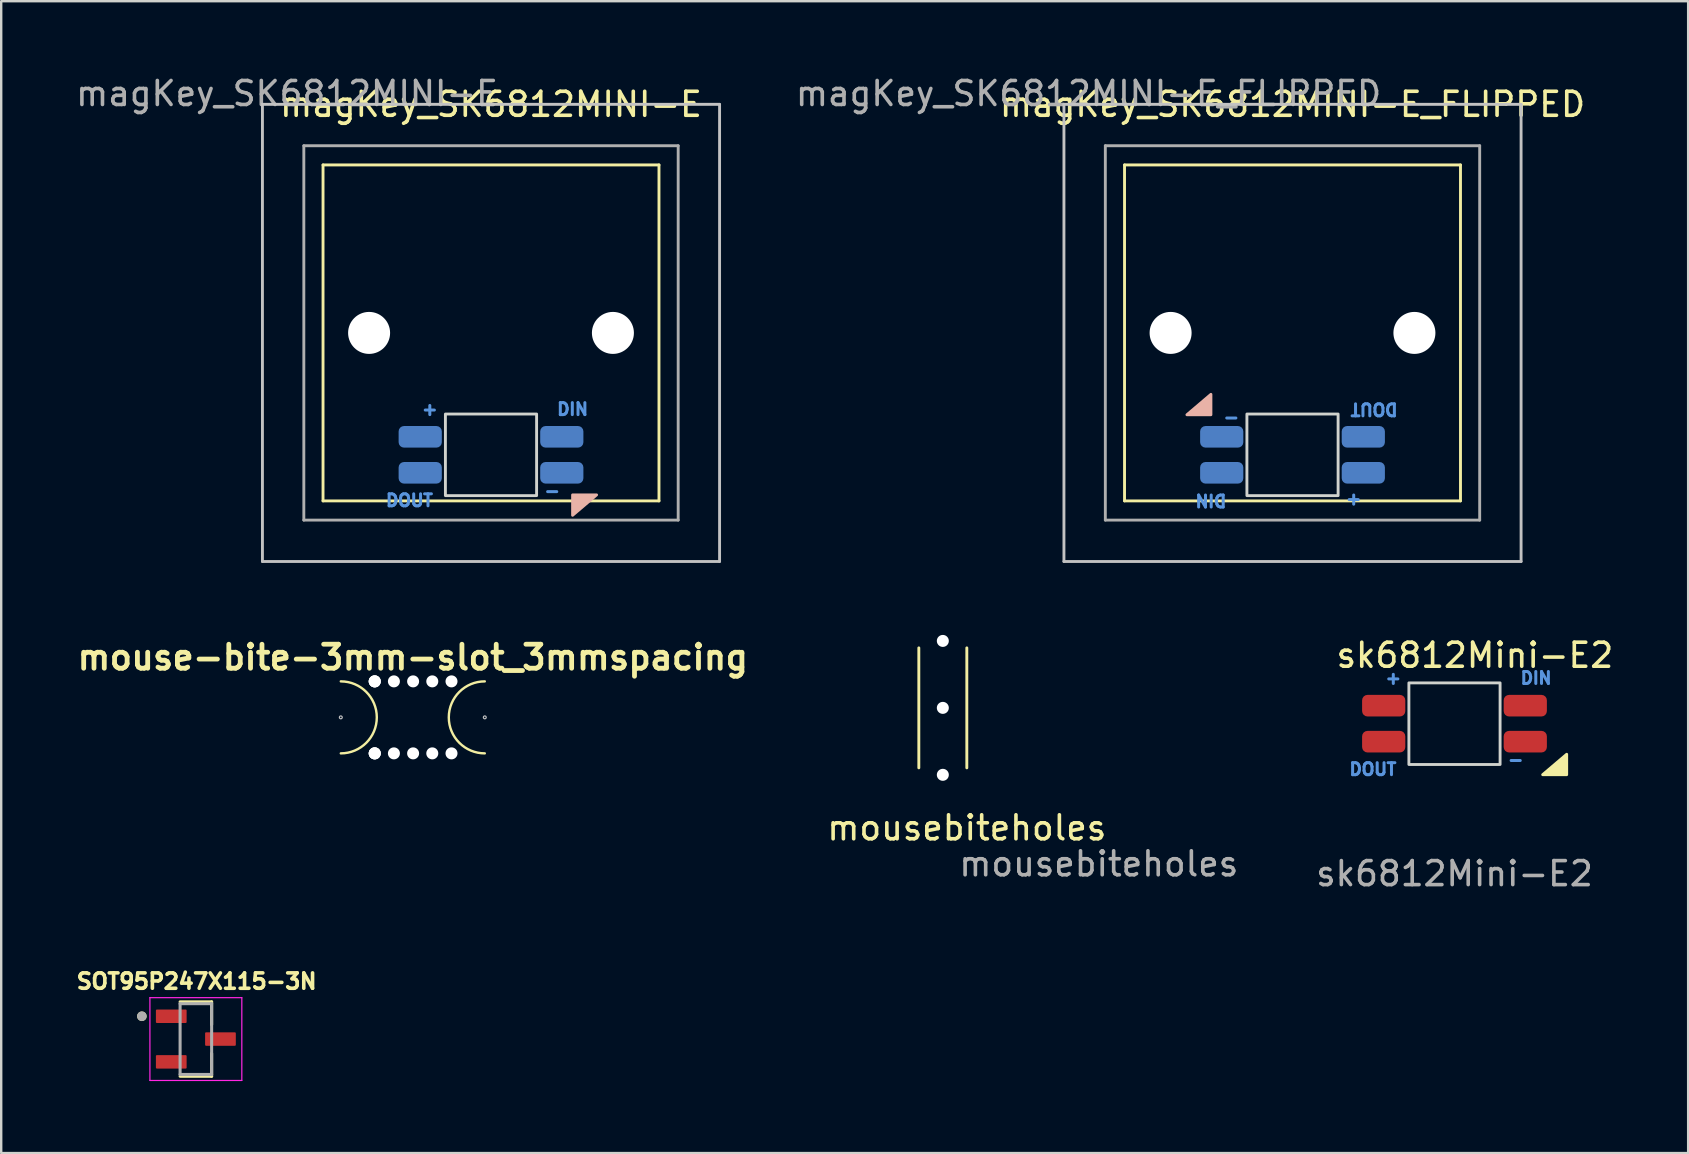
<source format=kicad_pcb>
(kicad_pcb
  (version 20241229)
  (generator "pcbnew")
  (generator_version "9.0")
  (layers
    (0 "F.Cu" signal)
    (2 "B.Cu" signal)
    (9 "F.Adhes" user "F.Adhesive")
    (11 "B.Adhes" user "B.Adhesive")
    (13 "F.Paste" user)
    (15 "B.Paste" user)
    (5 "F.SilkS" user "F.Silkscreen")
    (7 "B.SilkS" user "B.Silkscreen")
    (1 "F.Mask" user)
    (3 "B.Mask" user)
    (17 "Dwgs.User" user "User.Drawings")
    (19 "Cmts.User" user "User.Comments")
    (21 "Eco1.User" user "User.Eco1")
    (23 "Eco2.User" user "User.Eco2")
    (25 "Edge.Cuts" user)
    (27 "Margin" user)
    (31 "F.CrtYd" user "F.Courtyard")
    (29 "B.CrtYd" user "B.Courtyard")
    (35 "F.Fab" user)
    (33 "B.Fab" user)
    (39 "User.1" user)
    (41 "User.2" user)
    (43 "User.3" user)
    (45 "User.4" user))
  (footprint "mouse-bite-3mm-slot_3mmspacing"
    (layer "F.Cu")
    (at 14.152 26.844)
    (property "Reference" "mouse-bite-3mm-slot_3mmspacing" (at 0 -2.5 0) (layer "F.SilkS") (effects (font (size 1 1) (thickness 0.2))))
    (attr through_hole)
    (fp_arc (start -3 -1.5) (mid -1.5 0) (end -3 1.5) (stroke (width 0.1) (type solid)) (layer "F.SilkS"))
    (fp_arc (start 3 1.5) (mid 1.5 0) (end 3 -1.5) (stroke (width 0.1) (type solid)) (layer "F.SilkS"))
    (fp_circle (center -3 0) (end -3 -0.06) (stroke (width 0.05) (type solid)) (fill no) (layer "Dwgs.User"))
    (fp_circle (center 3 0) (end 3.06 0) (stroke (width 0.05) (type solid)) (fill no) (layer "Dwgs.User"))
    (fp_line (start -3 0) (end -3 0) (stroke (width 3) (type solid)) (layer "Eco1.User"))
    (fp_line (start 3 0) (end 3 0) (stroke (width 3) (type solid)) (layer "Eco1.User"))
    (pad "" np_thru_hole circle (at -1.587 -1.5) (size 0.5 0.5) (drill 0.5) (layers "*.Cu" "*.Mask"))
    (pad "" np_thru_hole circle (at -1.587 -1.5) (size 0.5 0.5) (drill 0.5) (layers "*.Cu" "*.Mask"))
    (pad "" np_thru_hole circle (at -1.587 -1.5) (size 0.5 0.5) (drill 0.5) (layers "*.Cu" "*.Mask"))
    (pad "" np_thru_hole circle (at -1.587 1.5) (size 0.5 0.5) (drill 0.5) (layers "*.Cu" "*.Mask"))
    (pad "" np_thru_hole circle (at -1.587 1.5) (size 0.5 0.5) (drill 0.5) (layers "*.Cu" "*.Mask"))
    (pad "" np_thru_hole circle (at -1.587 1.5) (size 0.5 0.5) (drill 0.5) (layers "*.Cu" "*.Mask"))
    (pad "" np_thru_hole circle (at -0.787 -1.5) (size 0.5 0.5) (drill 0.5) (layers "*.Cu" "*.Mask"))
    (pad "" np_thru_hole circle (at -0.787 1.5) (size 0.5 0.5) (drill 0.5) (layers "*.Cu" "*.Mask"))
    (pad "" np_thru_hole circle (at 0.013 -1.5) (size 0.5 0.5) (drill 0.5) (layers "*.Cu" "*.Mask"))
    (pad "" np_thru_hole circle (at 0.013 1.5) (size 0.5 0.5) (drill 0.5) (layers "*.Cu" "*.Mask"))
    (pad "" np_thru_hole circle (at 0.812 -1.5) (size 0.5 0.5) (drill 0.5) (layers "*.Cu" "*.Mask"))
    (pad "" np_thru_hole circle (at 0.812 1.5) (size 0.5 0.5) (drill 0.5) (layers "*.Cu" "*.Mask"))
    (pad "" np_thru_hole circle (at 1.613 -1.5) (size 0.5 0.5) (drill 0.5) (layers "*.Cu" "*.Mask"))
    (pad "" np_thru_hole circle (at 1.613 1.5) (size 0.5 0.5) (drill 0.5) (layers "*.Cu" "*.Mask")))
  (footprint "magKey_SK6812MINI-E_FLIPPED"
    (layer "F.Cu")
    (at 50.811 10.823)
    (property "Reference" "magKey_SK6812MINI-E_FLIPPED" (at 0 -9.525 0) (unlocked yes) (layer "F.SilkS") (effects (font (size 1 1) (thickness 0.15))))
    (attr smd)
    (fp_line (start -7 -7) (end -7 7) (stroke (width 0.12) (type solid)) (layer "F.SilkS"))
    (fp_line (start -7 -7) (end 7 -7) (stroke (width 0.12) (type solid)) (layer "F.SilkS"))
    (fp_line (start 7 -7) (end 7 7) (stroke (width 0.12) (type solid)) (layer "F.SilkS"))
    (fp_line (start 7 7) (end -7 7) (stroke (width 0.12) (type solid)) (layer "F.SilkS"))
    (fp_poly (pts (xy -3.4 3.41) (xy -4.4 3.41) (xy -3.4 2.56)) (stroke (width 0.12) (type solid)) (fill yes) (layer "B.SilkS"))
    (fp_line (start -9.525 -9.525) (end 9.525 -9.525) (stroke (width 0.12) (type solid)) (layer "Dwgs.User"))
    (fp_line (start -9.525 9.525) (end -9.525 -9.525) (stroke (width 0.12) (type solid)) (layer "Dwgs.User"))
    (fp_line (start 9.525 -9.525) (end 9.525 9.525) (stroke (width 0.12) (type solid)) (layer "Dwgs.User"))
    (fp_line (start 9.525 9.525) (end -9.525 9.525) (stroke (width 0.12) (type solid)) (layer "Dwgs.User"))
    (fp_rect (start 1.9 3.38) (end -1.9 6.78) (stroke (width 0.12) (type solid)) (fill no) (layer "Edge.Cuts"))
    (fp_line (start -7.8 -7.8) (end -7.8 7.8) (stroke (width 0.12) (type solid)) (layer "F.Fab"))
    (fp_line (start -7.8 -7.8) (end 7.8 -7.8) (stroke (width 0.12) (type solid)) (layer "F.Fab"))
    (fp_line (start -7.8 7.8) (end 7.8 7.8) (stroke (width 0.12) (type solid)) (layer "F.Fab"))
    (fp_line (start 7.8 -7.8) (end 7.8 7.8) (stroke (width 0.12) (type solid)) (layer "F.Fab"))
    (fp_text user "DIN" (at -3.4 6.98 180) (unlocked yes) (layer "Cmts.User") (effects (font (size 0.5 0.5) (thickness 0.125))))
    (fp_text user "+" (at 2.55 6.98 180) (unlocked yes) (layer "Cmts.User") (effects (font (size 0.5 0.5) (thickness 0.125))))
    (fp_text user "-" (at -2.55 3.58 180) (unlocked yes) (layer "Cmts.User") (effects (font (size 0.5 0.5) (thickness 0.125))))
    (fp_text user "DOUT" (at 3.4 3.18 180) (unlocked yes) (layer "Cmts.User") (effects (font (size 0.5 0.5) (thickness 0.125))))
    (fp_text user "${REFERENCE}" (at -8.5 -9.975 0) (unlocked yes) (layer "F.Fab") (effects (font (size 1 1) (thickness 0.15))))
    (pad "" np_thru_hole circle (at -5.08 0) (size 1.75 1.75) (drill 1.75) (layers "*.Cu" "*.Mask"))
    (pad "" np_thru_hole circle (at 5.08 0) (size 1.75 1.75) (drill 1.75) (layers "*.Cu" "*.Mask"))
    (pad "1" smd roundrect (at 2.95 5.83 180) (size 1.8 0.9) (layers "B.Cu" "B.Mask" "B.Paste") (roundrect_rratio 0.25))
    (pad "2" smd roundrect (at 2.95 4.33 180) (size 1.8 0.9) (layers "B.Cu" "B.Mask" "B.Paste") (roundrect_rratio 0.25))
    (pad "3" smd roundrect (at -2.95 4.33 180) (size 1.8 0.9) (layers "B.Cu" "B.Mask" "B.Paste") (roundrect_rratio 0.25))
    (pad "4" smd roundrect (at -2.95 5.83 180) (size 1.8 0.9) (layers "B.Cu" "B.Mask" "B.Paste") (roundrect_rratio 0.25)))
  (footprint "SOT95P247X115-3N"
    (layer "F.Cu")
    (at 5.112 40.249)
    (property "Reference" "SOT95P247X115-3N" (at 0.032 -2.406 0) (layer "F.SilkS") (effects (font (size 0.64 0.64) (thickness 0.15))))
    (attr smd)
    (fp_line (start -0.657 -1.55) (end 0.657 -1.55) (stroke (width 0.127) (type solid)) (layer "F.SilkS"))
    (fp_line (start -0.657 1.55) (end 0.657 1.55) (stroke (width 0.127) (type solid)) (layer "F.SilkS"))
    (fp_line (start 0.657 -1.55) (end 0.657 -0.6) (stroke (width 0.127) (type solid)) (layer "F.SilkS"))
    (fp_line (start 0.657 1.55) (end 0.657 0.6) (stroke (width 0.127) (type solid)) (layer "F.SilkS"))
    (fp_circle (center -2.25 -0.95) (end -2.15 -0.95) (stroke (width 0.2) (type solid)) (fill no) (layer "F.SilkS"))
    (fp_line (start -1.915 -1.725) (end 1.915 -1.725) (stroke (width 0.05) (type solid)) (layer "F.CrtYd"))
    (fp_line (start -1.915 1.725) (end -1.915 -1.725) (stroke (width 0.05) (type solid)) (layer "F.CrtYd"))
    (fp_line (start 1.915 1.725) (end -1.915 1.725) (stroke (width 0.05) (type solid)) (layer "F.CrtYd"))
    (fp_line (start 1.915 1.725) (end 1.915 -1.725) (stroke (width 0.05) (type solid)) (layer "F.CrtYd"))
    (fp_line (start -0.657 -1.475) (end 0.657 -1.475) (stroke (width 0.127) (type solid)) (layer "F.Fab"))
    (fp_line (start -0.657 1.475) (end -0.657 -1.475) (stroke (width 0.127) (type solid)) (layer "F.Fab"))
    (fp_line (start 0.657 -1.475) (end 0.657 1.475) (stroke (width 0.127) (type solid)) (layer "F.Fab"))
    (fp_line (start 0.657 1.475) (end -0.657 1.475) (stroke (width 0.127) (type solid)) (layer "F.Fab"))
    (fp_circle (center -2.25 -0.95) (end -2.15 -0.95) (stroke (width 0.2) (type solid)) (fill no) (layer "F.Fab"))
    (pad "1" smd roundrect (at -1.025 -0.95) (size 1.28 0.56) (layers "F.Cu" "F.Mask" "F.Paste") (roundrect_rratio 0.07))
    (pad "2" smd roundrect (at -1.025 0.95) (size 1.28 0.56) (layers "F.Cu" "F.Mask" "F.Paste") (roundrect_rratio 0.07))
    (pad "3" smd roundrect (at 1.025 0) (size 1.28 0.56) (layers "F.Cu" "F.Mask" "F.Paste") (roundrect_rratio 0.07)))
  (footprint "sk6812Mini-E2"
    (layer "F.Cu")
    (at 57.561 27.107)
    (property "Reference" "sk6812Mini-E2" (at 0.85 -2.85 0) (unlocked yes) (layer "F.SilkS") (effects (font (size 1 1) (thickness 0.15))))
    (attr smd)
    (fp_poly (pts (xy 4.675 2.125) (xy 3.675 2.125) (xy 4.675 1.275)) (stroke (width 0.12) (type solid)) (fill yes) (layer "F.SilkS"))
    (fp_rect (start -1.9 1.7) (end 1.9 -1.7) (stroke (width 0.12) (type solid)) (fill no) (layer "Edge.Cuts"))
    (fp_text user "DOUT" (at -3.4 1.9 0) (unlocked yes) (layer "Cmts.User") (effects (font (size 0.5 0.5) (thickness 0.125))))
    (fp_text user "DIN" (at 3.4 -1.9 0) (unlocked yes) (layer "Cmts.User") (effects (font (size 0.5 0.5) (thickness 0.125))))
    (fp_text user "+" (at -2.55 -1.9 0) (unlocked yes) (layer "Cmts.User") (effects (font (size 0.5 0.5) (thickness 0.125))))
    (fp_text user "-" (at 2.55 1.5 0) (unlocked yes) (layer "Cmts.User") (effects (font (size 0.5 0.5) (thickness 0.125))))
    (fp_text user "${REFERENCE}" (at 0 6.25 0) (unlocked yes) (layer "F.Fab") (effects (font (size 1 1) (thickness 0.15))))
    (pad "1" smd roundrect (at -2.95 -0.75) (size 1.8 0.9) (layers "F.Cu" "F.Mask" "F.Paste") (roundrect_rratio 0.25))
    (pad "2" smd roundrect (at -2.95 0.75) (size 1.8 0.9) (layers "F.Cu" "F.Mask" "F.Paste") (roundrect_rratio 0.25))
    (pad "3" smd roundrect (at 2.95 0.75) (size 1.8 0.9) (layers "F.Cu" "F.Mask" "F.Paste") (roundrect_rratio 0.25))
    (pad "4" smd roundrect (at 2.95 -0.75) (size 1.8 0.9) (layers "F.Cu" "F.Mask" "F.Paste") (roundrect_rratio 0.25)))
  (footprint "mousebiteholes"
    (layer "F.Cu")
    (at 36.239 26.448)
    (property "Reference" "mousebiteholes" (at 1 5 0) (unlocked yes) (layer "F.SilkS") (effects (font (size 1 1) (thickness 0.15))))
    (attr through_hole)
    (fp_line (start -1 -2.5) (end -1 2.5) (stroke (width 0.12) (type solid)) (layer "F.SilkS"))
    (fp_line (start 1 -2.5) (end 1 2.5) (stroke (width 0.12) (type solid)) (layer "F.SilkS"))
    (fp_text user "${REFERENCE}" (at 6.5 6.5 0) (unlocked yes) (layer "F.Fab") (effects (font (size 1 1) (thickness 0.15))))
    (pad "" np_thru_hole circle (at 0 -2.79) (size 0.5 0.5) (drill 0.5) (layers "*.Cu" "*.Mask"))
    (pad "" np_thru_hole circle (at 0 0) (size 0.5 0.5) (drill 0.5) (layers "*.Cu" "*.Mask"))
    (pad "" np_thru_hole circle (at 0 2.79) (size 0.5 0.5) (drill 0.5) (layers "*.Cu" "*.Mask")))
  (footprint "magKey_SK6812MINI-E"
    (layer "F.Cu")
    (at 17.411 10.823)
    (property "Reference" "magKey_SK6812MINI-E" (at 0 -9.525 0) (unlocked yes) (layer "F.SilkS") (effects (font (size 1 1) (thickness 0.15))))
    (attr smd)
    (fp_line (start -7 -7) (end -7 7) (stroke (width 0.12) (type solid)) (layer "F.SilkS"))
    (fp_line (start -7 -7) (end 7 -7) (stroke (width 0.12) (type solid)) (layer "F.SilkS"))
    (fp_line (start 7 -7) (end 7 7) (stroke (width 0.12) (type solid)) (layer "F.SilkS"))
    (fp_line (start 7 7) (end -7 7) (stroke (width 0.12) (type solid)) (layer "F.SilkS"))
    (fp_poly (pts (xy 3.4 6.75) (xy 4.4 6.75) (xy 3.4 7.6)) (stroke (width 0.12) (type solid)) (fill yes) (layer "B.SilkS"))
    (fp_line (start -9.525 -9.525) (end 9.525 -9.525) (stroke (width 0.12) (type solid)) (layer "Dwgs.User"))
    (fp_line (start -9.525 9.525) (end -9.525 -9.525) (stroke (width 0.12) (type solid)) (layer "Dwgs.User"))
    (fp_line (start 9.525 -9.525) (end 9.525 9.525) (stroke (width 0.12) (type solid)) (layer "Dwgs.User"))
    (fp_line (start 9.525 9.525) (end -9.525 9.525) (stroke (width 0.12) (type solid)) (layer "Dwgs.User"))
    (fp_rect (start -1.9 6.78) (end 1.9 3.38) (stroke (width 0.12) (type solid)) (fill no) (layer "Edge.Cuts"))
    (fp_line (start -7.8 -7.8) (end -7.8 7.8) (stroke (width 0.12) (type solid)) (layer "F.Fab"))
    (fp_line (start -7.8 -7.8) (end 7.8 -7.8) (stroke (width 0.12) (type solid)) (layer "F.Fab"))
    (fp_line (start -7.8 7.8) (end 7.8 7.8) (stroke (width 0.12) (type solid)) (layer "F.Fab"))
    (fp_line (start 7.8 -7.8) (end 7.8 7.8) (stroke (width 0.12) (type solid)) (layer "F.Fab"))
    (fp_text user "+" (at -2.55 3.18 0) (unlocked yes) (layer "Cmts.User") (effects (font (size 0.5 0.5) (thickness 0.125))))
    (fp_text user "DIN" (at 3.4 3.18 0) (unlocked yes) (layer "Cmts.User") (effects (font (size 0.5 0.5) (thickness 0.125))))
    (fp_text user "-" (at 2.55 6.58 0) (unlocked yes) (layer "Cmts.User") (effects (font (size 0.5 0.5) (thickness 0.125))))
    (fp_text user "DOUT" (at -3.4 6.98 0) (unlocked yes) (layer "Cmts.User") (effects (font (size 0.5 0.5) (thickness 0.125))))
    (fp_text user "${REFERENCE}" (at -8.5 -9.975 0) (unlocked yes) (layer "F.Fab") (effects (font (size 1 1) (thickness 0.15))))
    (pad "" np_thru_hole circle (at -5.08 0) (size 1.75 1.75) (drill 1.75) (layers "*.Cu" "*.Mask"))
    (pad "" np_thru_hole circle (at 5.08 0) (size 1.75 1.75) (drill 1.75) (layers "*.Cu" "*.Mask"))
    (pad "1" smd roundrect (at -2.95 4.33) (size 1.8 0.9) (layers "B.Cu" "B.Mask" "B.Paste") (roundrect_rratio 0.25))
    (pad "2" smd roundrect (at -2.95 5.83) (size 1.8 0.9) (layers "B.Cu" "B.Mask" "B.Paste") (roundrect_rratio 0.25))
    (pad "3" smd roundrect (at 2.95 5.83) (size 1.8 0.9) (layers "B.Cu" "B.Mask" "B.Paste") (roundrect_rratio 0.25))
    (pad "4" smd roundrect (at 2.95 4.33) (size 1.8 0.9) (layers "B.Cu" "B.Mask" "B.Paste") (roundrect_rratio 0.25)))
  (gr_rect
    (start -3 -3)
    (end 67.298 44.999)
    (stroke (width 0.1) (type default))
    (fill no)
    (layer "Edge.Cuts")))
</source>
